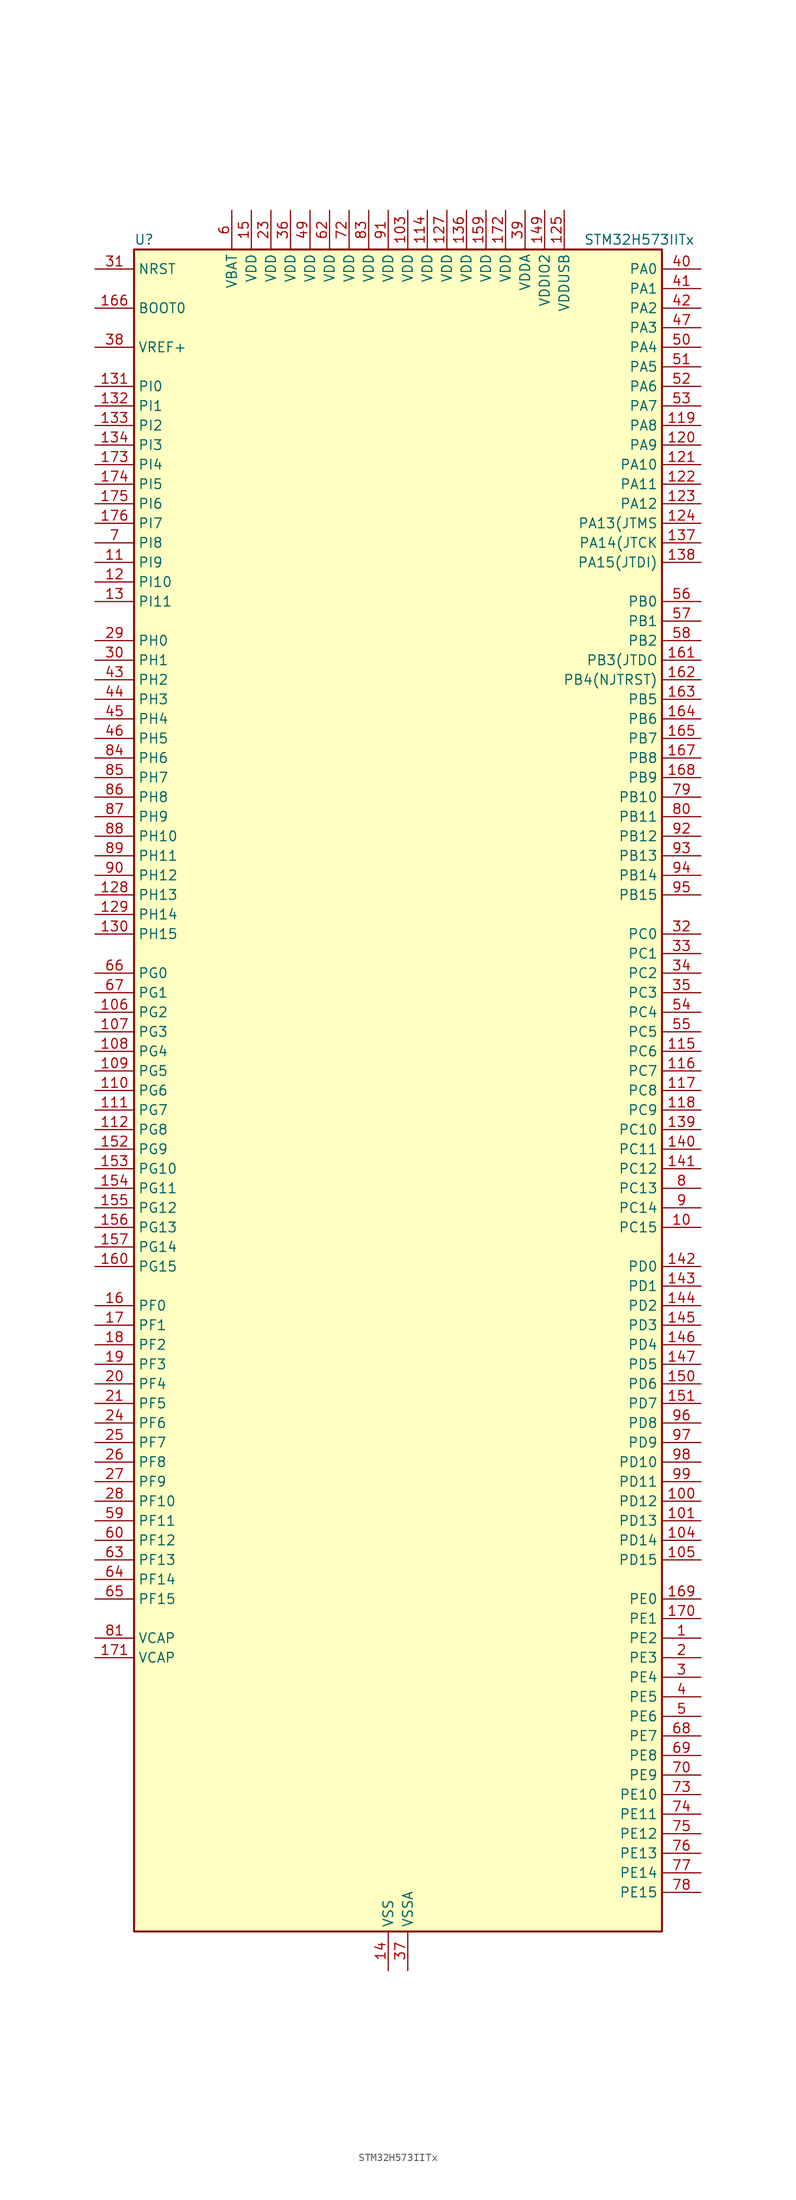
<source format=kicad_sym>
(kicad_symbol_lib
  (version 20231120)
  (generator "kicad_symbol_editor")
  (generator_version "8.0")
  (symbol "STM32H573IITx"
    (property "Reference" "U"
      (at -33.02 110.49 0)
      (effects (font (size 1.27 1.27)) (justify left)))
    (property "Value" "STM32H573IITx"
      (at 25.4 110.49 0)
      (effects (font (size 1.27 1.27)) (justify left)))
    (property "ki_locked" ""
      (at 0 0 0)
      (effects (font (size 1.27 1.27))))
    (symbol "STM32H573IITx_0_1"
      (rectangle (start -33.02 -109.22) (end 35.56 109.22) (stroke (width 0.254) (type default)) (fill (type background))))
    (symbol "STM32H573IITx_1_1"
      (pin bidirectional line (at 40.64 -71.12 180) (length 5.08) (name "PE2" (effects (font (size 1.27 1.27)))) (number "1" (effects (font (size 1.27 1.27)))) (alternate "DCMI_D3" bidirectional line) (alternate "DEBUG_TRACECLK" bidirectional line) (alternate "ETH_TXD3" bidirectional line) (alternate "FMC_A23" bidirectional line) (alternate "LPTIM1_IN2" bidirectional line) (alternate "OCTOSPI1_IO2" bidirectional line) (alternate "PSSI_D3" bidirectional line) (alternate "SAI1_CK1" bidirectional line) (alternate "SAI1_MCLK_A" bidirectional line) (alternate "SPI4_SCK" bidirectional line) (alternate "UART8_TX" bidirectional line) (alternate "USART10_RX" bidirectional line))
      (pin bidirectional line (at 40.64 -17.78 180) (length 5.08) (name "PC15" (effects (font (size 1.27 1.27)))) (number "10" (effects (font (size 1.27 1.27)))) (alternate "ADC1_EXTI15" bidirectional line) (alternate "ADC2_EXTI15" bidirectional line) (alternate "RCC_OSC32_OUT" bidirectional line))
      (pin bidirectional line (at 40.64 -53.34 180) (length 5.08) (name "PD12" (effects (font (size 1.27 1.27)))) (number "100" (effects (font (size 1.27 1.27)))) (alternate "DCMI_D12" bidirectional line) (alternate "FMC_A17" bidirectional line) (alternate "FMC_ALE" bidirectional line) (alternate "I2C4_SCL" bidirectional line) (alternate "I3C1_SCL" bidirectional line) (alternate "LPTIM1_IN1" bidirectional line) (alternate "LPTIM2_IN1" bidirectional line) (alternate "OCTOSPI1_IO1" bidirectional line) (alternate "PSSI_D12" bidirectional line) (alternate "SAI1_D1" bidirectional line) (alternate "SAI2_FS_A" bidirectional line) (alternate "TIM4_CH1" bidirectional line) (alternate "UART4_TX" bidirectional line) (alternate "USART3_RTS" bidirectional line))
      (pin bidirectional line (at 40.64 -55.88 180) (length 5.08) (name "PD13" (effects (font (size 1.27 1.27)))) (number "101" (effects (font (size 1.27 1.27)))) (alternate "DCMI_D13" bidirectional line) (alternate "FMC_A18" bidirectional line) (alternate "I2C4_SDA" bidirectional line) (alternate "I3C1_SDA" bidirectional line) (alternate "LPTIM1_CH1" bidirectional line) (alternate "LPTIM2_CH1" bidirectional line) (alternate "LPTIM4_IN1" bidirectional line) (alternate "OCTOSPI1_IO3" bidirectional line) (alternate "PSSI_D13" bidirectional line) (alternate "SAI2_SCK_A" bidirectional line) (alternate "TIM4_CH2" bidirectional line) (alternate "UART9_RTS" bidirectional line))
      (pin passive line (at 0 -114.3 90) (length 5.08) hide (name "VSS" (effects (font (size 1.27 1.27)))) (number "102" (effects (font (size 1.27 1.27)))))
      (pin power_in line (at 2.54 114.3 270) (length 5.08) (name "VDD" (effects (font (size 1.27 1.27)))) (number "103" (effects (font (size 1.27 1.27)))))
      (pin bidirectional line (at 40.64 -58.42 180) (length 5.08) (name "PD14" (effects (font (size 1.27 1.27)))) (number "104" (effects (font (size 1.27 1.27)))) (alternate "FMC_D0" bidirectional line) (alternate "FMC_DA0" bidirectional line) (alternate "TIM4_CH3" bidirectional line) (alternate "UART8_CTS" bidirectional line) (alternate "UART9_RX" bidirectional line))
      (pin bidirectional line (at 40.64 -60.96 180) (length 5.08) (name "PD15" (effects (font (size 1.27 1.27)))) (number "105" (effects (font (size 1.27 1.27)))) (alternate "ADC1_EXTI15" bidirectional line) (alternate "ADC2_EXTI15" bidirectional line) (alternate "FMC_D1" bidirectional line) (alternate "FMC_DA1" bidirectional line) (alternate "TIM4_CH4" bidirectional line) (alternate "UART8_RTS" bidirectional line) (alternate "UART9_TX" bidirectional line))
      (pin bidirectional line (at -38.1 10.16 0) (length 5.08) (name "PG2" (effects (font (size 1.27 1.27)))) (number "106" (effects (font (size 1.27 1.27)))) (alternate "FMC_A12" bidirectional line) (alternate "LPTIM6_ETR" bidirectional line) (alternate "TIM8_BKIN" bidirectional line) (alternate "UART12_RX" bidirectional line))
      (pin bidirectional line (at -38.1 7.62 0) (length 5.08) (name "PG3" (effects (font (size 1.27 1.27)))) (number "107" (effects (font (size 1.27 1.27)))) (alternate "FMC_A13" bidirectional line) (alternate "LPTIM5_ETR" bidirectional line) (alternate "TIM8_BKIN2" bidirectional line) (alternate "UART12_TX" bidirectional line))
      (pin bidirectional line (at -38.1 5.08 0) (length 5.08) (name "PG4" (effects (font (size 1.27 1.27)))) (number "108" (effects (font (size 1.27 1.27)))) (alternate "FMC_A14" bidirectional line) (alternate "FMC_BA0" bidirectional line) (alternate "LPTIM4_ETR" bidirectional line) (alternate "TIM1_BKIN2" bidirectional line))
      (pin bidirectional line (at -38.1 2.54 0) (length 5.08) (name "PG5" (effects (font (size 1.27 1.27)))) (number "109" (effects (font (size 1.27 1.27)))) (alternate "FMC_A15" bidirectional line) (alternate "FMC_BA1" bidirectional line) (alternate "TIM1_ETR" bidirectional line))
      (pin bidirectional line (at -38.1 68.58 0) (length 5.08) (name "PI9" (effects (font (size 1.27 1.27)))) (number "11" (effects (font (size 1.27 1.27)))) (alternate "DAC1_EXTI9" bidirectional line) (alternate "FDCAN1_RX" bidirectional line) (alternate "UART4_RX" bidirectional line))
      (pin bidirectional line (at -38.1 0 0) (length 5.08) (name "PG6" (effects (font (size 1.27 1.27)))) (number "110" (effects (font (size 1.27 1.27)))) (alternate "DCMI_D12" bidirectional line) (alternate "FMC_NE3" bidirectional line) (alternate "I2C4_SDA" bidirectional line) (alternate "I3C1_SDA" bidirectional line) (alternate "OCTOSPI1_NCS" bidirectional line) (alternate "PSSI_D12" bidirectional line) (alternate "SPI1_RDY" bidirectional line) (alternate "TIM17_BKIN" bidirectional line) (alternate "UCPD1_FRSTX" bidirectional line))
      (pin bidirectional line (at -38.1 -2.54 0) (length 5.08) (name "PG7" (effects (font (size 1.27 1.27)))) (number "111" (effects (font (size 1.27 1.27)))) (alternate "DCMI_D13" bidirectional line) (alternate "FMC_INT" bidirectional line) (alternate "I2C4_SCL" bidirectional line) (alternate "I3C1_SCL" bidirectional line) (alternate "PSSI_D13" bidirectional line) (alternate "SAI1_CK2" bidirectional line) (alternate "SAI1_MCLK_A" bidirectional line) (alternate "UCPD1_FRSTX" bidirectional line) (alternate "USART6_CK" bidirectional line))
      (pin bidirectional line (at -38.1 -5.08 0) (length 5.08) (name "PG8" (effects (font (size 1.27 1.27)))) (number "112" (effects (font (size 1.27 1.27)))) (alternate "ETH_PPS_OUT" bidirectional line) (alternate "FMC_SDCLK" bidirectional line) (alternate "SPI6_NSS" bidirectional line) (alternate "TIM8_ETR" bidirectional line) (alternate "USART6_RTS" bidirectional line))
      (pin passive line (at 0 -114.3 90) (length 5.08) hide (name "VSS" (effects (font (size 1.27 1.27)))) (number "113" (effects (font (size 1.27 1.27)))))
      (pin power_in line (at 5.08 114.3 270) (length 5.08) (name "VDD" (effects (font (size 1.27 1.27)))) (number "114" (effects (font (size 1.27 1.27)))))
      (pin bidirectional line (at 40.64 5.08 180) (length 5.08) (name "PC6" (effects (font (size 1.27 1.27)))) (number "115" (effects (font (size 1.27 1.27)))) (alternate "DCMI_D0" bidirectional line) (alternate "FMC_NWAIT" bidirectional line) (alternate "I2S2_MCK" bidirectional line) (alternate "OCTOSPI1_IO5" bidirectional line) (alternate "PSSI_D0" bidirectional line) (alternate "SAI1_SCK_A" bidirectional line) (alternate "SDMMC1_D0DIR" bidirectional line) (alternate "SDMMC1_D6" bidirectional line) (alternate "SDMMC2_D6" bidirectional line) (alternate "TIM3_CH1" bidirectional line) (alternate "TIM8_CH1" bidirectional line) (alternate "USART6_TX" bidirectional line))
      (pin bidirectional line (at 40.64 2.54 180) (length 5.08) (name "PC7" (effects (font (size 1.27 1.27)))) (number "116" (effects (font (size 1.27 1.27)))) (alternate "DCMI_D1" bidirectional line) (alternate "DEBUG_TRGIO" bidirectional line) (alternate "FMC_NE1" bidirectional line) (alternate "I2S3_MCK" bidirectional line) (alternate "OCTOSPI1_IO6" bidirectional line) (alternate "PSSI_D1" bidirectional line) (alternate "SDMMC1_D123DIR" bidirectional line) (alternate "SDMMC1_D7" bidirectional line) (alternate "SDMMC2_D7" bidirectional line) (alternate "TIM3_CH2" bidirectional line) (alternate "TIM8_CH2" bidirectional line) (alternate "USART6_RX" bidirectional line))
      (pin bidirectional line (at 40.64 0 180) (length 5.08) (name "PC8" (effects (font (size 1.27 1.27)))) (number "117" (effects (font (size 1.27 1.27)))) (alternate "DCMI_D2" bidirectional line) (alternate "DEBUG_TRACED1" bidirectional line) (alternate "FMC_ALE" bidirectional line) (alternate "FMC_INT" bidirectional line) (alternate "FMC_NCE" bidirectional line) (alternate "FMC_NE2" bidirectional line) (alternate "PSSI_D2" bidirectional line) (alternate "SDMMC1_D0" bidirectional line) (alternate "TIM3_CH3" bidirectional line) (alternate "TIM8_CH3" bidirectional line) (alternate "UART5_DE" bidirectional line) (alternate "UART5_RTS" bidirectional line) (alternate "USART6_CK" bidirectional line))
      (pin bidirectional line (at 40.64 -2.54 180) (length 5.08) (name "PC9" (effects (font (size 1.27 1.27)))) (number "118" (effects (font (size 1.27 1.27)))) (alternate "AUDIOCLK" bidirectional line) (alternate "DAC1_EXTI9" bidirectional line) (alternate "DCMI_D3" bidirectional line) (alternate "FMC_CLE" bidirectional line) (alternate "I2C3_SDA" bidirectional line) (alternate "OCTOSPI1_IO0" bidirectional line) (alternate "PSSI_D3" bidirectional line) (alternate "RCC_MCO_2" bidirectional line) (alternate "SDMMC1_D1" bidirectional line) (alternate "TIM3_CH4" bidirectional line) (alternate "TIM8_CH4" bidirectional line) (alternate "UART5_CTS" bidirectional line) (alternate "UCPD1_DB2" bidirectional line))
      (pin bidirectional line (at 40.64 86.36 180) (length 5.08) (name "PA8" (effects (font (size 1.27 1.27)))) (number "119" (effects (font (size 1.27 1.27)))) (alternate "DCMI_D3" bidirectional line) (alternate "FMC_NOE" bidirectional line) (alternate "I2C3_SCL" bidirectional line) (alternate "PSSI_D3" bidirectional line) (alternate "RCC_MCO_1" bidirectional line) (alternate "SPI1_RDY" bidirectional line) (alternate "TIM1_CH1" bidirectional line) (alternate "TIM8_BKIN2" bidirectional line) (alternate "UART7_RX" bidirectional line) (alternate "USART1_CK" bidirectional line) (alternate "USB_SOF" bidirectional line))
      (pin bidirectional line (at -38.1 66.04 0) (length 5.08) (name "PI10" (effects (font (size 1.27 1.27)))) (number "12" (effects (font (size 1.27 1.27)))) (alternate "ETH_RX_ER" bidirectional line) (alternate "FDCAN1_RX" bidirectional line) (alternate "PSSI_D14" bidirectional line))
      (pin bidirectional line (at 40.64 83.82 180) (length 5.08) (name "PA9" (effects (font (size 1.27 1.27)))) (number "120" (effects (font (size 1.27 1.27)))) (alternate "DAC1_EXTI9" bidirectional line) (alternate "DCMI_D0" bidirectional line) (alternate "ETH_TX_ER" bidirectional line) (alternate "FMC_NWE" bidirectional line) (alternate "I2C3_SMBA" bidirectional line) (alternate "I2S2_CK" bidirectional line) (alternate "LPUART1_TX" bidirectional line) (alternate "PSSI_D0" bidirectional line) (alternate "SPI2_SCK" bidirectional line) (alternate "TIM1_CH2" bidirectional line) (alternate "UCPD1_DB1" bidirectional line) (alternate "USART1_TX" bidirectional line))
      (pin bidirectional line (at 40.64 81.28 180) (length 5.08) (name "PA10" (effects (font (size 1.27 1.27)))) (number "121" (effects (font (size 1.27 1.27)))) (alternate "DCMI_D1" bidirectional line) (alternate "FDCAN2_TX" bidirectional line) (alternate "LPTIM2_IN2" bidirectional line) (alternate "LPUART1_RX" bidirectional line) (alternate "PSSI_D1" bidirectional line) (alternate "SDMMC1_D0" bidirectional line) (alternate "TIM1_CH3" bidirectional line) (alternate "UCPD1_FRSTX" bidirectional line) (alternate "USART1_RX" bidirectional line))
      (pin bidirectional line (at 40.64 78.74 180) (length 5.08) (name "PA11" (effects (font (size 1.27 1.27)))) (number "122" (effects (font (size 1.27 1.27)))) (alternate "ADC1_EXTI11" bidirectional line) (alternate "ADC2_EXTI11" bidirectional line) (alternate "FDCAN1_RX" bidirectional line) (alternate "I2S2_WS" bidirectional line) (alternate "LPUART1_CTS" bidirectional line) (alternate "SPI2_NSS" bidirectional line) (alternate "TIM1_CH4" bidirectional line) (alternate "UART4_RX" bidirectional line) (alternate "USART1_CTS" bidirectional line) (alternate "USART1_NSS" bidirectional line) (alternate "USB_DM" bidirectional line))
      (pin bidirectional line (at 40.64 76.2 180) (length 5.08) (name "PA12" (effects (font (size 1.27 1.27)))) (number "123" (effects (font (size 1.27 1.27)))) (alternate "FDCAN1_TX" bidirectional line) (alternate "I2S2_CK" bidirectional line) (alternate "LPUART1_RTS" bidirectional line) (alternate "SAI2_FS_B" bidirectional line) (alternate "SPI2_SCK" bidirectional line) (alternate "TIM1_ETR" bidirectional line) (alternate "UART4_TX" bidirectional line) (alternate "USART1_RTS" bidirectional line) (alternate "USB_DP" bidirectional line))
      (pin bidirectional line (at 40.64 73.66 180) (length 5.08) (name "PA13(JTMS" (effects (font (size 1.27 1.27)))) (number "124" (effects (font (size 1.27 1.27)))) (alternate "DEBUG_JTMS-SWDIO" bidirectional line))
      (pin power_in line (at 22.86 114.3 270) (length 5.08) (name "VDDUSB" (effects (font (size 1.27 1.27)))) (number "125" (effects (font (size 1.27 1.27)))))
      (pin passive line (at 0 -114.3 90) (length 5.08) hide (name "VSS" (effects (font (size 1.27 1.27)))) (number "126" (effects (font (size 1.27 1.27)))))
      (pin power_in line (at 7.62 114.3 270) (length 5.08) (name "VDD" (effects (font (size 1.27 1.27)))) (number "127" (effects (font (size 1.27 1.27)))))
      (pin bidirectional line (at -38.1 25.4 0) (length 5.08) (name "PH13" (effects (font (size 1.27 1.27)))) (number "128" (effects (font (size 1.27 1.27)))) (alternate "DCMI_D3" bidirectional line) (alternate "FDCAN1_TX" bidirectional line) (alternate "LPTIM1_IN2" bidirectional line) (alternate "PSSI_D3" bidirectional line) (alternate "TIM8_CH1N" bidirectional line) (alternate "UART4_TX" bidirectional line) (alternate "UART8_TX" bidirectional line))
      (pin bidirectional line (at -38.1 22.86 0) (length 5.08) (name "PH14" (effects (font (size 1.27 1.27)))) (number "129" (effects (font (size 1.27 1.27)))) (alternate "DCMI_D4" bidirectional line) (alternate "FDCAN1_RX" bidirectional line) (alternate "PSSI_D4" bidirectional line) (alternate "TIM8_CH2N" bidirectional line) (alternate "UART4_RX" bidirectional line))
      (pin bidirectional line (at -38.1 63.5 0) (length 5.08) (name "PI11" (effects (font (size 1.27 1.27)))) (number "13" (effects (font (size 1.27 1.27)))) (alternate "ADC1_EXTI11" bidirectional line) (alternate "ADC2_EXTI11" bidirectional line) (alternate "PSSI_D15" bidirectional line) (alternate "TAMP_IN4" bidirectional line) (alternate "TAMP_OUT5" bidirectional line))
      (pin bidirectional line (at -38.1 20.32 0) (length 5.08) (name "PH15" (effects (font (size 1.27 1.27)))) (number "130" (effects (font (size 1.27 1.27)))) (alternate "ADC1_EXTI15" bidirectional line) (alternate "ADC2_EXTI15" bidirectional line) (alternate "DCMI_D11" bidirectional line) (alternate "PSSI_D11" bidirectional line) (alternate "TIM8_CH3N" bidirectional line))
      (pin bidirectional line (at -38.1 91.44 0) (length 5.08) (name "PI0" (effects (font (size 1.27 1.27)))) (number "131" (effects (font (size 1.27 1.27)))) (alternate "DCMI_D13" bidirectional line) (alternate "I2S2_WS" bidirectional line) (alternate "PSSI_D13" bidirectional line) (alternate "SPI2_NSS" bidirectional line) (alternate "TIM5_CH4" bidirectional line))
      (pin bidirectional line (at -38.1 88.9 0) (length 5.08) (name "PI1" (effects (font (size 1.27 1.27)))) (number "132" (effects (font (size 1.27 1.27)))) (alternate "DCMI_D8" bidirectional line) (alternate "I2S2_CK" bidirectional line) (alternate "PSSI_D8" bidirectional line) (alternate "SPI2_SCK" bidirectional line) (alternate "TIM8_BKIN2" bidirectional line))
      (pin bidirectional line (at -38.1 86.36 0) (length 5.08) (name "PI2" (effects (font (size 1.27 1.27)))) (number "133" (effects (font (size 1.27 1.27)))) (alternate "DCMI_D9" bidirectional line) (alternate "I2S2_SDI" bidirectional line) (alternate "PSSI_D9" bidirectional line) (alternate "SPI2_MISO" bidirectional line) (alternate "TIM8_CH4" bidirectional line))
      (pin bidirectional line (at -38.1 83.82 0) (length 5.08) (name "PI3" (effects (font (size 1.27 1.27)))) (number "134" (effects (font (size 1.27 1.27)))) (alternate "DCMI_D10" bidirectional line) (alternate "I2S2_SDO" bidirectional line) (alternate "PSSI_D10" bidirectional line) (alternate "SPI2_MOSI" bidirectional line) (alternate "TIM8_ETR" bidirectional line))
      (pin passive line (at 0 -114.3 90) (length 5.08) hide (name "VSS" (effects (font (size 1.27 1.27)))) (number "135" (effects (font (size 1.27 1.27)))))
      (pin power_in line (at 10.16 114.3 270) (length 5.08) (name "VDD" (effects (font (size 1.27 1.27)))) (number "136" (effects (font (size 1.27 1.27)))))
      (pin bidirectional line (at 40.64 71.12 180) (length 5.08) (name "PA14(JTCK" (effects (font (size 1.27 1.27)))) (number "137" (effects (font (size 1.27 1.27)))) (alternate "DEBUG_JTCK-SWCLK" bidirectional line))
      (pin bidirectional line (at 40.64 68.58 180) (length 5.08) (name "PA15(JTDI)" (effects (font (size 1.27 1.27)))) (number "138" (effects (font (size 1.27 1.27)))) (alternate "ADC1_EXTI15" bidirectional line) (alternate "ADC2_EXTI15" bidirectional line) (alternate "CEC" bidirectional line) (alternate "DCMI_D11" bidirectional line) (alternate "DEBUG_JTDI" bidirectional line) (alternate "FMC_NBL1" bidirectional line) (alternate "I2S1_WS" bidirectional line) (alternate "I2S3_WS" bidirectional line) (alternate "LPTIM3_IN2" bidirectional line) (alternate "PSSI_D11" bidirectional line) (alternate "SPI1_NSS" bidirectional line) (alternate "SPI3_NSS" bidirectional line) (alternate "SPI6_NSS" bidirectional line) (alternate "TIM2_CH1" bidirectional line) (alternate "TIM2_ETR" bidirectional line) (alternate "UART4_DE" bidirectional line) (alternate "UART4_RTS" bidirectional line) (alternate "UART7_TX" bidirectional line))
      (pin bidirectional line (at 40.64 -5.08 180) (length 5.08) (name "PC10" (effects (font (size 1.27 1.27)))) (number "139" (effects (font (size 1.27 1.27)))) (alternate "DCMI_D8" bidirectional line) (alternate "ETH_TXD0" bidirectional line) (alternate "I2S3_CK" bidirectional line) (alternate "LPTIM3_ETR" bidirectional line) (alternate "OCTOSPI1_IO1" bidirectional line) (alternate "PSSI_D8" bidirectional line) (alternate "SDMMC1_D2" bidirectional line) (alternate "SPI3_SCK" bidirectional line) (alternate "UART4_TX" bidirectional line) (alternate "USART3_TX" bidirectional line))
      (pin power_in line (at 0 -114.3 90) (length 5.08) (name "VSS" (effects (font (size 1.27 1.27)))) (number "14" (effects (font (size 1.27 1.27)))))
      (pin bidirectional line (at 40.64 -7.62 180) (length 5.08) (name "PC11" (effects (font (size 1.27 1.27)))) (number "140" (effects (font (size 1.27 1.27)))) (alternate "ADC1_EXTI11" bidirectional line) (alternate "ADC2_EXTI11" bidirectional line) (alternate "DCMI_D4" bidirectional line) (alternate "I2S3_SDI" bidirectional line) (alternate "LPTIM3_IN1" bidirectional line) (alternate "OCTOSPI1_NCS" bidirectional line) (alternate "PSSI_D4" bidirectional line) (alternate "SDMMC1_D3" bidirectional line) (alternate "SPI3_MISO" bidirectional line) (alternate "UART4_RX" bidirectional line) (alternate "USART3_RX" bidirectional line))
      (pin bidirectional line (at 40.64 -10.16 180) (length 5.08) (name "PC12" (effects (font (size 1.27 1.27)))) (number "141" (effects (font (size 1.27 1.27)))) (alternate "DCMI_D9" bidirectional line) (alternate "DEBUG_TRACED3" bidirectional line) (alternate "I2S3_SDO" bidirectional line) (alternate "PSSI_D9" bidirectional line) (alternate "SDMMC1_CK" bidirectional line) (alternate "SPI3_MOSI" bidirectional line) (alternate "SPI6_SCK" bidirectional line) (alternate "TIM15_CH1" bidirectional line) (alternate "UART5_TX" bidirectional line) (alternate "USART3_CK" bidirectional line))
      (pin bidirectional line (at 40.64 -22.86 180) (length 5.08) (name "PD0" (effects (font (size 1.27 1.27)))) (number "142" (effects (font (size 1.27 1.27)))) (alternate "FDCAN1_RX" bidirectional line) (alternate "FMC_D2" bidirectional line) (alternate "FMC_DA2" bidirectional line) (alternate "TIM8_CH4N" bidirectional line) (alternate "UART4_RX" bidirectional line) (alternate "UART9_CTS" bidirectional line))
      (pin bidirectional line (at 40.64 -25.4 180) (length 5.08) (name "PD1" (effects (font (size 1.27 1.27)))) (number "143" (effects (font (size 1.27 1.27)))) (alternate "FDCAN1_TX" bidirectional line) (alternate "FMC_D3" bidirectional line) (alternate "FMC_DA3" bidirectional line) (alternate "UART4_TX" bidirectional line))
      (pin bidirectional line (at 40.64 -27.94 180) (length 5.08) (name "PD2" (effects (font (size 1.27 1.27)))) (number "144" (effects (font (size 1.27 1.27)))) (alternate "DCMI_D11" bidirectional line) (alternate "DEBUG_TRACED2" bidirectional line) (alternate "LPTIM4_ETR" bidirectional line) (alternate "PSSI_D11" bidirectional line) (alternate "PWR_WKUP7" bidirectional line) (alternate "SDMMC1_CMD" bidirectional line) (alternate "TIM15_BKIN" bidirectional line) (alternate "TIM3_ETR" bidirectional line) (alternate "UART5_RX" bidirectional line))
      (pin bidirectional line (at 40.64 -30.48 180) (length 5.08) (name "PD3" (effects (font (size 1.27 1.27)))) (number "145" (effects (font (size 1.27 1.27)))) (alternate "DCMI_D5" bidirectional line) (alternate "FMC_CLK" bidirectional line) (alternate "I2S2_CK" bidirectional line) (alternate "PSSI_D5" bidirectional line) (alternate "PWR_WKUP8" bidirectional line) (alternate "SPI2_SCK" bidirectional line) (alternate "USART2_CTS" bidirectional line) (alternate "USART2_NSS" bidirectional line))
      (pin bidirectional line (at 40.64 -33.02 180) (length 5.08) (name "PD4" (effects (font (size 1.27 1.27)))) (number "146" (effects (font (size 1.27 1.27)))) (alternate "FMC_NOE" bidirectional line) (alternate "OCTOSPI1_IO4" bidirectional line) (alternate "USART2_RTS" bidirectional line))
      (pin bidirectional line (at 40.64 -35.56 180) (length 5.08) (name "PD5" (effects (font (size 1.27 1.27)))) (number "147" (effects (font (size 1.27 1.27)))) (alternate "FDCAN1_TX" bidirectional line) (alternate "FMC_NWE" bidirectional line) (alternate "OCTOSPI1_IO5" bidirectional line) (alternate "SPI2_RDY" bidirectional line) (alternate "TIM1_CH4N" bidirectional line) (alternate "USART2_TX" bidirectional line))
      (pin passive line (at 0 -114.3 90) (length 5.08) hide (name "VSS" (effects (font (size 1.27 1.27)))) (number "148" (effects (font (size 1.27 1.27)))))
      (pin power_in line (at 20.32 114.3 270) (length 5.08) (name "VDDIO2" (effects (font (size 1.27 1.27)))) (number "149" (effects (font (size 1.27 1.27)))))
      (pin power_in line (at -17.78 114.3 270) (length 5.08) (name "VDD" (effects (font (size 1.27 1.27)))) (number "15" (effects (font (size 1.27 1.27)))))
      (pin bidirectional line (at 40.64 -38.1 180) (length 5.08) (name "PD6" (effects (font (size 1.27 1.27)))) (number "150" (effects (font (size 1.27 1.27)))) (alternate "DCMI_D10" bidirectional line) (alternate "FMC_NWAIT" bidirectional line) (alternate "I2S3_SDO" bidirectional line) (alternate "OCTOSPI1_IO6" bidirectional line) (alternate "PSSI_D10" bidirectional line) (alternate "SAI1_D1" bidirectional line) (alternate "SAI1_SD_A" bidirectional line) (alternate "SDMMC2_CK" bidirectional line) (alternate "SPI3_MOSI" bidirectional line) (alternate "USART2_RX" bidirectional line))
      (pin bidirectional line (at 40.64 -40.64 180) (length 5.08) (name "PD7" (effects (font (size 1.27 1.27)))) (number "151" (effects (font (size 1.27 1.27)))) (alternate "FMC_NCE" bidirectional line) (alternate "FMC_NE1" bidirectional line) (alternate "I2S1_SDO" bidirectional line) (alternate "LPTIM4_OUT" bidirectional line) (alternate "OCTOSPI1_IO7" bidirectional line) (alternate "SDMMC2_CMD" bidirectional line) (alternate "SPI1_MOSI" bidirectional line) (alternate "USART2_CK" bidirectional line))
      (pin bidirectional line (at -38.1 -7.62 0) (length 5.08) (name "PG9" (effects (font (size 1.27 1.27)))) (number "152" (effects (font (size 1.27 1.27)))) (alternate "DAC1_EXTI9" bidirectional line) (alternate "DCMI_VSYNC" bidirectional line) (alternate "FMC_NCE" bidirectional line) (alternate "FMC_NE2" bidirectional line) (alternate "I2S1_SDI" bidirectional line) (alternate "OCTOSPI1_IO6" bidirectional line) (alternate "PSSI_RDY" bidirectional line) (alternate "SAI2_FS_B" bidirectional line) (alternate "SDMMC2_D0" bidirectional line) (alternate "SPI1_MISO" bidirectional line) (alternate "USART6_RX" bidirectional line))
      (pin bidirectional line (at -38.1 -10.16 0) (length 5.08) (name "PG10" (effects (font (size 1.27 1.27)))) (number "153" (effects (font (size 1.27 1.27)))) (alternate "DCMI_D2" bidirectional line) (alternate "FMC_NE3" bidirectional line) (alternate "I2S1_WS" bidirectional line) (alternate "PSSI_D2" bidirectional line) (alternate "SAI2_SD_B" bidirectional line) (alternate "SDMMC2_D1" bidirectional line) (alternate "SPI1_NSS" bidirectional line))
      (pin bidirectional line (at -38.1 -12.7 0) (length 5.08) (name "PG11" (effects (font (size 1.27 1.27)))) (number "154" (effects (font (size 1.27 1.27)))) (alternate "ADC1_EXTI11" bidirectional line) (alternate "ADC2_EXTI11" bidirectional line) (alternate "DCMI_D3" bidirectional line) (alternate "ETH_TX_EN" bidirectional line) (alternate "I2S1_CK" bidirectional line) (alternate "LPTIM1_IN2" bidirectional line) (alternate "PSSI_D3" bidirectional line) (alternate "SDMMC2_D2" bidirectional line) (alternate "SPI1_SCK" bidirectional line) (alternate "USART10_RX" bidirectional line) (alternate "USART11_RTS" bidirectional line))
      (pin bidirectional line (at -38.1 -15.24 0) (length 5.08) (name "PG12" (effects (font (size 1.27 1.27)))) (number "155" (effects (font (size 1.27 1.27)))) (alternate "DCMI_D11" bidirectional line) (alternate "ETH_TXD1" bidirectional line) (alternate "FMC_NE4" bidirectional line) (alternate "LPTIM1_IN1" bidirectional line) (alternate "LPTIM5_CH1" bidirectional line) (alternate "PSSI_D11" bidirectional line) (alternate "PSSI_D15" bidirectional line) (alternate "SDMMC2_D3" bidirectional line) (alternate "SPI6_MISO" bidirectional line) (alternate "USART10_TX" bidirectional line) (alternate "USART6_RTS" bidirectional line))
      (pin bidirectional line (at -38.1 -17.78 0) (length 5.08) (name "PG13" (effects (font (size 1.27 1.27)))) (number "156" (effects (font (size 1.27 1.27)))) (alternate "DEBUG_TRACED0" bidirectional line) (alternate "ETH_TXD0" bidirectional line) (alternate "FMC_A24" bidirectional line) (alternate "LPTIM1_CH1" bidirectional line) (alternate "LPTIM5_CH2" bidirectional line) (alternate "SDMMC2_D6" bidirectional line) (alternate "SPI6_SCK" bidirectional line) (alternate "USART10_CTS" bidirectional line) (alternate "USART10_NSS" bidirectional line) (alternate "USART6_CTS" bidirectional line) (alternate "USART6_NSS" bidirectional line))
      (pin bidirectional line (at -38.1 -20.32 0) (length 5.08) (name "PG14" (effects (font (size 1.27 1.27)))) (number "157" (effects (font (size 1.27 1.27)))) (alternate "DEBUG_TRACED1" bidirectional line) (alternate "ETH_TXD1" bidirectional line) (alternate "FMC_A25" bidirectional line) (alternate "LPTIM1_CH2" bidirectional line) (alternate "LPTIM1_ETR" bidirectional line) (alternate "LPTIM5_IN1" bidirectional line) (alternate "OCTOSPI1_IO7" bidirectional line) (alternate "SDMMC2_D7" bidirectional line) (alternate "SPI6_MOSI" bidirectional line) (alternate "USART10_RTS" bidirectional line) (alternate "USART6_TX" bidirectional line))
      (pin passive line (at 0 -114.3 90) (length 5.08) hide (name "VSS" (effects (font (size 1.27 1.27)))) (number "158" (effects (font (size 1.27 1.27)))))
      (pin power_in line (at 12.7 114.3 270) (length 5.08) (name "VDD" (effects (font (size 1.27 1.27)))) (number "159" (effects (font (size 1.27 1.27)))))
      (pin bidirectional line (at -38.1 -27.94 0) (length 5.08) (name "PF0" (effects (font (size 1.27 1.27)))) (number "16" (effects (font (size 1.27 1.27)))) (alternate "FMC_A0" bidirectional line) (alternate "I2C2_SDA" bidirectional line) (alternate "LPTIM5_CH1" bidirectional line))
      (pin bidirectional line (at -38.1 -22.86 0) (length 5.08) (name "PG15" (effects (font (size 1.27 1.27)))) (number "160" (effects (font (size 1.27 1.27)))) (alternate "ADC1_EXTI15" bidirectional line) (alternate "ADC2_EXTI15" bidirectional line) (alternate "DCMI_D13" bidirectional line) (alternate "FMC_SDNCAS" bidirectional line) (alternate "PSSI_D13" bidirectional line) (alternate "SPI4_RDY" bidirectional line) (alternate "USART10_CK" bidirectional line) (alternate "USART6_CTS" bidirectional line) (alternate "USART6_NSS" bidirectional line))
      (pin bidirectional line (at 40.64 55.88 180) (length 5.08) (name "PB3(JTDO" (effects (font (size 1.27 1.27)))) (number "161" (effects (font (size 1.27 1.27)))) (alternate "CRS_SYNC" bidirectional line) (alternate "DEBUG_JTDO-SWO" bidirectional line) (alternate "I2C2_SDA" bidirectional line) (alternate "I2S1_CK" bidirectional line) (alternate "I2S3_CK" bidirectional line) (alternate "LPTIM6_ETR" bidirectional line) (alternate "SDMMC2_D2" bidirectional line) (alternate "SPI1_SCK" bidirectional line) (alternate "SPI3_SCK" bidirectional line) (alternate "SPI6_SCK" bidirectional line) (alternate "TIM2_CH2" bidirectional line) (alternate "UART12_CTS" bidirectional line) (alternate "UART7_RX" bidirectional line))
      (pin bidirectional line (at 40.64 53.34 180) (length 5.08) (name "PB4(NJTRST)" (effects (font (size 1.27 1.27)))) (number "162" (effects (font (size 1.27 1.27)))) (alternate "DCMI_D7" bidirectional line) (alternate "DEBUG_JTRST" bidirectional line) (alternate "I2S1_SDI" bidirectional line) (alternate "I2S2_WS" bidirectional line) (alternate "I2S3_SDI" bidirectional line) (alternate "LPTIM1_CH2" bidirectional line) (alternate "OCTOSPI1_CLK" bidirectional line) (alternate "PSSI_D7" bidirectional line) (alternate "SDMMC2_D3" bidirectional line) (alternate "SPI1_MISO" bidirectional line) (alternate "SPI2_NSS" bidirectional line) (alternate "SPI3_MISO" bidirectional line) (alternate "SPI6_MISO" bidirectional line) (alternate "TIM16_BKIN" bidirectional line) (alternate "TIM3_CH1" bidirectional line) (alternate "UART7_TX" bidirectional line))
      (pin bidirectional line (at 40.64 50.8 180) (length 5.08) (name "PB5" (effects (font (size 1.27 1.27)))) (number "163" (effects (font (size 1.27 1.27)))) (alternate "DCMI_D10" bidirectional line) (alternate "ETH_PPS_OUT" bidirectional line) (alternate "FDCAN2_RX" bidirectional line) (alternate "FMC_SDCKE1" bidirectional line) (alternate "I2C1_SMBA" bidirectional line) (alternate "I2C4_SMBA" bidirectional line) (alternate "I2S1_SDO" bidirectional line) (alternate "I2S3_SDO" bidirectional line) (alternate "OCTOSPI1_NCLK" bidirectional line) (alternate "PSSI_D10" bidirectional line) (alternate "SPI1_MOSI" bidirectional line) (alternate "SPI3_MOSI" bidirectional line) (alternate "SPI6_MOSI" bidirectional line) (alternate "TIM17_BKIN" bidirectional line) (alternate "TIM3_CH2" bidirectional line) (alternate "UART5_RX" bidirectional line))
      (pin bidirectional line (at 40.64 48.26 180) (length 5.08) (name "PB6" (effects (font (size 1.27 1.27)))) (number "164" (effects (font (size 1.27 1.27)))) (alternate "CEC" bidirectional line) (alternate "DCMI_D5" bidirectional line) (alternate "FDCAN2_TX" bidirectional line) (alternate "FMC_SDNE1" bidirectional line) (alternate "I2C1_SCL" bidirectional line) (alternate "I2C4_SCL" bidirectional line) (alternate "I3C1_SCL" bidirectional line) (alternate "LPUART1_TX" bidirectional line) (alternate "OCTOSPI1_NCS" bidirectional line) (alternate "PSSI_D5" bidirectional line) (alternate "TIM16_CH1N" bidirectional line) (alternate "TIM4_CH1" bidirectional line) (alternate "UART5_TX" bidirectional line) (alternate "USART1_TX" bidirectional line))
      (pin bidirectional line (at 40.64 45.72 180) (length 5.08) (name "PB7" (effects (font (size 1.27 1.27)))) (number "165" (effects (font (size 1.27 1.27)))) (alternate "DCMI_VSYNC" bidirectional line) (alternate "FDCAN1_TX" bidirectional line) (alternate "FMC_NL" bidirectional line) (alternate "I2C1_SDA" bidirectional line) (alternate "I2C4_SDA" bidirectional line) (alternate "I3C1_SDA" bidirectional line) (alternate "LPUART1_RX" bidirectional line) (alternate "PSSI_RDY" bidirectional line) (alternate "PWR_WKUP5" bidirectional line) (alternate "SDMMC2_CKIN" bidirectional line) (alternate "SDMMC2_D5" bidirectional line) (alternate "TIM17_CH1N" bidirectional line) (alternate "TIM4_CH2" bidirectional line) (alternate "USART1_RX" bidirectional line))
      (pin input line (at -38.1 101.6 0) (length 5.08) (name "BOOT0" (effects (font (size 1.27 1.27)))) (number "166" (effects (font (size 1.27 1.27)))))
      (pin bidirectional line (at 40.64 43.18 180) (length 5.08) (name "PB8" (effects (font (size 1.27 1.27)))) (number "167" (effects (font (size 1.27 1.27)))) (alternate "DCMI_D6" bidirectional line) (alternate "ETH_TXD3" bidirectional line) (alternate "FDCAN1_RX" bidirectional line) (alternate "I2C1_SCL" bidirectional line) (alternate "I2C4_SCL" bidirectional line) (alternate "I3C1_SCL" bidirectional line) (alternate "PSSI_D6" bidirectional line) (alternate "SDMMC1_CKIN" bidirectional line) (alternate "SDMMC1_D4" bidirectional line) (alternate "SDMMC2_D4" bidirectional line) (alternate "SPI4_RDY" bidirectional line) (alternate "TIM16_CH1" bidirectional line) (alternate "TIM4_CH3" bidirectional line) (alternate "UART4_RX" bidirectional line))
      (pin bidirectional line (at 40.64 40.64 180) (length 5.08) (name "PB9" (effects (font (size 1.27 1.27)))) (number "168" (effects (font (size 1.27 1.27)))) (alternate "DAC1_EXTI9" bidirectional line) (alternate "DCMI_D7" bidirectional line) (alternate "FDCAN1_TX" bidirectional line) (alternate "I2C1_SDA" bidirectional line) (alternate "I2C4_SDA" bidirectional line) (alternate "I2S2_WS" bidirectional line) (alternate "I3C1_SDA" bidirectional line) (alternate "PSSI_D7" bidirectional line) (alternate "SDMMC1_CDIR" bidirectional line) (alternate "SDMMC1_D5" bidirectional line) (alternate "SDMMC2_CKIN" bidirectional line) (alternate "SDMMC2_D5" bidirectional line) (alternate "SPI2_NSS" bidirectional line) (alternate "TIM17_CH1" bidirectional line) (alternate "TIM4_CH4" bidirectional line) (alternate "UART4_TX" bidirectional line))
      (pin bidirectional line (at 40.64 -66.04 180) (length 5.08) (name "PE0" (effects (font (size 1.27 1.27)))) (number "169" (effects (font (size 1.27 1.27)))) (alternate "DCMI_D2" bidirectional line) (alternate "FDCAN1_RX" bidirectional line) (alternate "FMC_NBL0" bidirectional line) (alternate "LPTIM1_ETR" bidirectional line) (alternate "LPTIM2_CH2" bidirectional line) (alternate "LPTIM2_ETR" bidirectional line) (alternate "PSSI_D2" bidirectional line) (alternate "SAI2_MCLK_A" bidirectional line) (alternate "SPI3_RDY" bidirectional line) (alternate "TIM4_ETR" bidirectional line) (alternate "UART8_RX" bidirectional line))
      (pin bidirectional line (at -38.1 -30.48 0) (length 5.08) (name "PF1" (effects (font (size 1.27 1.27)))) (number "17" (effects (font (size 1.27 1.27)))) (alternate "FMC_A1" bidirectional line) (alternate "I2C2_SCL" bidirectional line) (alternate "LPTIM5_CH2" bidirectional line))
      (pin bidirectional line (at 40.64 -68.58 180) (length 5.08) (name "PE1" (effects (font (size 1.27 1.27)))) (number "170" (effects (font (size 1.27 1.27)))) (alternate "DCMI_D3" bidirectional line) (alternate "FDCAN1_TX" bidirectional line) (alternate "FMC_NBL1" bidirectional line) (alternate "LPTIM1_IN2" bidirectional line) (alternate "PSSI_D3" bidirectional line) (alternate "UART8_TX" bidirectional line))
      (pin power_out line (at -38.1 -73.66 0) (length 5.08) (name "VCAP" (effects (font (size 1.27 1.27)))) (number "171" (effects (font (size 1.27 1.27)))))
      (pin power_in line (at 15.24 114.3 270) (length 5.08) (name "VDD" (effects (font (size 1.27 1.27)))) (number "172" (effects (font (size 1.27 1.27)))))
      (pin bidirectional line (at -38.1 81.28 0) (length 5.08) (name "PI4" (effects (font (size 1.27 1.27)))) (number "173" (effects (font (size 1.27 1.27)))) (alternate "DCMI_D5" bidirectional line) (alternate "PSSI_D5" bidirectional line) (alternate "SAI2_MCLK_A" bidirectional line) (alternate "SPI2_RDY" bidirectional line) (alternate "TIM8_BKIN" bidirectional line))
      (pin bidirectional line (at -38.1 78.74 0) (length 5.08) (name "PI5" (effects (font (size 1.27 1.27)))) (number "174" (effects (font (size 1.27 1.27)))) (alternate "DCMI_VSYNC" bidirectional line) (alternate "PSSI_RDY" bidirectional line) (alternate "SAI2_SCK_A" bidirectional line) (alternate "TIM8_CH1" bidirectional line))
      (pin bidirectional line (at -38.1 76.2 0) (length 5.08) (name "PI6" (effects (font (size 1.27 1.27)))) (number "175" (effects (font (size 1.27 1.27)))) (alternate "DCMI_D6" bidirectional line) (alternate "PSSI_D6" bidirectional line) (alternate "SAI2_SD_A" bidirectional line) (alternate "TIM8_CH2" bidirectional line))
      (pin bidirectional line (at -38.1 73.66 0) (length 5.08) (name "PI7" (effects (font (size 1.27 1.27)))) (number "176" (effects (font (size 1.27 1.27)))) (alternate "DCMI_D7" bidirectional line) (alternate "PSSI_D7" bidirectional line) (alternate "SAI2_FS_A" bidirectional line) (alternate "TIM8_CH3" bidirectional line))
      (pin bidirectional line (at -38.1 -33.02 0) (length 5.08) (name "PF2" (effects (font (size 1.27 1.27)))) (number "18" (effects (font (size 1.27 1.27)))) (alternate "FMC_A2" bidirectional line) (alternate "I2C2_SMBA" bidirectional line) (alternate "LPTIM3_CH2" bidirectional line) (alternate "LPTIM3_IN2" bidirectional line) (alternate "LPTIM5_IN1" bidirectional line) (alternate "UART12_TX" bidirectional line) (alternate "USART11_CK" bidirectional line))
      (pin bidirectional line (at -38.1 -35.56 0) (length 5.08) (name "PF3" (effects (font (size 1.27 1.27)))) (number "19" (effects (font (size 1.27 1.27)))) (alternate "FMC_A3" bidirectional line) (alternate "LPTIM3_IN1" bidirectional line) (alternate "LPTIM5_IN2" bidirectional line) (alternate "USART11_TX" bidirectional line))
      (pin bidirectional line (at 40.64 -73.66 180) (length 5.08) (name "PE3" (effects (font (size 1.27 1.27)))) (number "2" (effects (font (size 1.27 1.27)))) (alternate "DEBUG_TRACED0" bidirectional line) (alternate "FMC_A19" bidirectional line) (alternate "SAI1_SD_B" bidirectional line) (alternate "TAMP_IN6" bidirectional line) (alternate "TAMP_OUT3" bidirectional line) (alternate "TIM15_BKIN" bidirectional line) (alternate "USART10_TX" bidirectional line))
      (pin bidirectional line (at -38.1 -38.1 0) (length 5.08) (name "PF4" (effects (font (size 1.27 1.27)))) (number "20" (effects (font (size 1.27 1.27)))) (alternate "FMC_A4" bidirectional line) (alternate "LPTIM3_ETR" bidirectional line) (alternate "USART11_RX" bidirectional line))
      (pin bidirectional line (at -38.1 -40.64 0) (length 5.08) (name "PF5" (effects (font (size 1.27 1.27)))) (number "21" (effects (font (size 1.27 1.27)))) (alternate "FMC_A5" bidirectional line) (alternate "I2C4_SCL" bidirectional line) (alternate "I3C1_SCL" bidirectional line) (alternate "LPTIM3_CH1" bidirectional line) (alternate "LPTIM3_IN1" bidirectional line) (alternate "UART12_RX" bidirectional line) (alternate "USART11_CTS" bidirectional line) (alternate "USART11_NSS" bidirectional line))
      (pin passive line (at 0 -114.3 90) (length 5.08) hide (name "VSS" (effects (font (size 1.27 1.27)))) (number "22" (effects (font (size 1.27 1.27)))))
      (pin power_in line (at -15.24 114.3 270) (length 5.08) (name "VDD" (effects (font (size 1.27 1.27)))) (number "23" (effects (font (size 1.27 1.27)))))
      (pin bidirectional line (at -38.1 -43.18 0) (length 5.08) (name "PF6" (effects (font (size 1.27 1.27)))) (number "24" (effects (font (size 1.27 1.27)))) (alternate "LPTIM5_CH1" bidirectional line) (alternate "OCTOSPI1_IO3" bidirectional line) (alternate "SAI1_SD_B" bidirectional line) (alternate "SPI5_NSS" bidirectional line) (alternate "TIM16_CH1" bidirectional line) (alternate "UART7_RX" bidirectional line))
      (pin bidirectional line (at -38.1 -45.72 0) (length 5.08) (name "PF7" (effects (font (size 1.27 1.27)))) (number "25" (effects (font (size 1.27 1.27)))) (alternate "LPTIM5_CH2" bidirectional line) (alternate "OCTOSPI1_IO2" bidirectional line) (alternate "SAI1_MCLK_B" bidirectional line) (alternate "SPI5_SCK" bidirectional line) (alternate "TIM17_CH1" bidirectional line) (alternate "UART7_TX" bidirectional line))
      (pin bidirectional line (at -38.1 -48.26 0) (length 5.08) (name "PF8" (effects (font (size 1.27 1.27)))) (number "26" (effects (font (size 1.27 1.27)))) (alternate "LPTIM5_IN1" bidirectional line) (alternate "OCTOSPI1_IO0" bidirectional line) (alternate "SAI1_SCK_B" bidirectional line) (alternate "SPI5_MISO" bidirectional line) (alternate "TIM13_CH1" bidirectional line) (alternate "TIM16_CH1N" bidirectional line) (alternate "UART7_RTS" bidirectional line))
      (pin bidirectional line (at -38.1 -50.8 0) (length 5.08) (name "PF9" (effects (font (size 1.27 1.27)))) (number "27" (effects (font (size 1.27 1.27)))) (alternate "DAC1_EXTI9" bidirectional line) (alternate "LPTIM5_IN2" bidirectional line) (alternate "OCTOSPI1_IO1" bidirectional line) (alternate "SAI1_FS_B" bidirectional line) (alternate "SPI5_MOSI" bidirectional line) (alternate "TIM14_CH1" bidirectional line) (alternate "TIM17_CH1N" bidirectional line) (alternate "UART7_CTS" bidirectional line))
      (pin bidirectional line (at -38.1 -53.34 0) (length 5.08) (name "PF10" (effects (font (size 1.27 1.27)))) (number "28" (effects (font (size 1.27 1.27)))) (alternate "DCMI_D11" bidirectional line) (alternate "OCTOSPI1_CLK" bidirectional line) (alternate "PSSI_D11" bidirectional line) (alternate "PSSI_D15" bidirectional line) (alternate "SAI1_D3" bidirectional line) (alternate "TIM16_BKIN" bidirectional line))
      (pin bidirectional line (at -38.1 58.42 0) (length 5.08) (name "PH0" (effects (font (size 1.27 1.27)))) (number "29" (effects (font (size 1.27 1.27)))) (alternate "RCC_OSC_IN" bidirectional line))
      (pin bidirectional line (at 40.64 -76.2 180) (length 5.08) (name "PE4" (effects (font (size 1.27 1.27)))) (number "3" (effects (font (size 1.27 1.27)))) (alternate "DCMI_D4" bidirectional line) (alternate "DEBUG_TRACED1" bidirectional line) (alternate "FMC_A20" bidirectional line) (alternate "PSSI_D4" bidirectional line) (alternate "SAI1_D2" bidirectional line) (alternate "SAI1_FS_A" bidirectional line) (alternate "SPI4_NSS" bidirectional line) (alternate "TAMP_IN7" bidirectional line) (alternate "TAMP_OUT8" bidirectional line) (alternate "TIM15_CH1N" bidirectional line))
      (pin bidirectional line (at -38.1 55.88 0) (length 5.08) (name "PH1" (effects (font (size 1.27 1.27)))) (number "30" (effects (font (size 1.27 1.27)))) (alternate "RCC_OSC_OUT" bidirectional line))
      (pin input line (at -38.1 106.68 0) (length 5.08) (name "NRST" (effects (font (size 1.27 1.27)))) (number "31" (effects (font (size 1.27 1.27)))))
      (pin bidirectional line (at 40.64 20.32 180) (length 5.08) (name "PC0" (effects (font (size 1.27 1.27)))) (number "32" (effects (font (size 1.27 1.27)))) (alternate "ADC1_INP10" bidirectional line) (alternate "ADC2_INP10" bidirectional line) (alternate "FMC_A25" bidirectional line) (alternate "FMC_SDNWE" bidirectional line) (alternate "OCTOSPI1_IO7" bidirectional line) (alternate "SAI1_MCLK_A" bidirectional line) (alternate "SAI2_FS_B" bidirectional line) (alternate "SPI2_RDY" bidirectional line) (alternate "TIM16_BKIN" bidirectional line))
      (pin bidirectional line (at 40.64 17.78 180) (length 5.08) (name "PC1" (effects (font (size 1.27 1.27)))) (number "33" (effects (font (size 1.27 1.27)))) (alternate "ADC1_INN10" bidirectional line) (alternate "ADC1_INP11" bidirectional line) (alternate "ADC2_INN10" bidirectional line) (alternate "ADC2_INP11" bidirectional line) (alternate "DEBUG_TRACED0" bidirectional line) (alternate "ETH_MDC" bidirectional line) (alternate "I2S2_SDO" bidirectional line) (alternate "OCTOSPI1_IO4" bidirectional line) (alternate "PWR_WKUP6" bidirectional line) (alternate "SAI1_D1" bidirectional line) (alternate "SAI1_SD_A" bidirectional line) (alternate "SAI2_SD_A" bidirectional line) (alternate "SDMMC2_CK" bidirectional line) (alternate "SPI2_MOSI" bidirectional line) (alternate "TAMP_IN3" bidirectional line) (alternate "TAMP_OUT5" bidirectional line) (alternate "USART11_RTS" bidirectional line))
      (pin bidirectional line (at 40.64 15.24 180) (length 5.08) (name "PC2" (effects (font (size 1.27 1.27)))) (number "34" (effects (font (size 1.27 1.27)))) (alternate "ADC1_INN11" bidirectional line) (alternate "ADC1_INP12" bidirectional line) (alternate "ADC2_INN11" bidirectional line) (alternate "ADC2_INP12" bidirectional line) (alternate "ETH_TXD2" bidirectional line) (alternate "FMC_SDNE0" bidirectional line) (alternate "I2S2_SDI" bidirectional line) (alternate "OCTOSPI1_IO2" bidirectional line) (alternate "OCTOSPI1_IO5" bidirectional line) (alternate "PWR_CSLEEP" bidirectional line) (alternate "SPI2_MISO" bidirectional line) (alternate "TIM17_CH1" bidirectional line) (alternate "TIM4_CH4" bidirectional line))
      (pin bidirectional line (at 40.64 12.7 180) (length 5.08) (name "PC3" (effects (font (size 1.27 1.27)))) (number "35" (effects (font (size 1.27 1.27)))) (alternate "ADC1_INN12" bidirectional line) (alternate "ADC1_INP13" bidirectional line) (alternate "ADC2_INN12" bidirectional line) (alternate "ADC2_INP13" bidirectional line) (alternate "ETH_TX_CLK" bidirectional line) (alternate "FMC_SDCKE0" bidirectional line) (alternate "I2S2_SDO" bidirectional line) (alternate "LPTIM3_CH1" bidirectional line) (alternate "OCTOSPI1_IO0" bidirectional line) (alternate "OCTOSPI1_IO6" bidirectional line) (alternate "PWR_CSTOP" bidirectional line) (alternate "SAI1_D3" bidirectional line) (alternate "SPI2_MOSI" bidirectional line))
      (pin power_in line (at -12.7 114.3 270) (length 5.08) (name "VDD" (effects (font (size 1.27 1.27)))) (number "36" (effects (font (size 1.27 1.27)))))
      (pin power_in line (at 2.54 -114.3 90) (length 5.08) (name "VSSA" (effects (font (size 1.27 1.27)))) (number "37" (effects (font (size 1.27 1.27)))))
      (pin input line (at -38.1 96.52 0) (length 5.08) (name "VREF+" (effects (font (size 1.27 1.27)))) (number "38" (effects (font (size 1.27 1.27)))))
      (pin power_in line (at 17.78 114.3 270) (length 5.08) (name "VDDA" (effects (font (size 1.27 1.27)))) (number "39" (effects (font (size 1.27 1.27)))))
      (pin bidirectional line (at 40.64 -78.74 180) (length 5.08) (name "PE5" (effects (font (size 1.27 1.27)))) (number "4" (effects (font (size 1.27 1.27)))) (alternate "DCMI_D6" bidirectional line) (alternate "DEBUG_TRACED2" bidirectional line) (alternate "FMC_A21" bidirectional line) (alternate "PSSI_D6" bidirectional line) (alternate "SAI1_CK2" bidirectional line) (alternate "SAI1_SCK_A" bidirectional line) (alternate "SPI4_MISO" bidirectional line) (alternate "TAMP_IN8" bidirectional line) (alternate "TAMP_OUT7" bidirectional line) (alternate "TIM15_CH1" bidirectional line))
      (pin bidirectional line (at 40.64 106.68 180) (length 5.08) (name "PA0" (effects (font (size 1.27 1.27)))) (number "40" (effects (font (size 1.27 1.27)))) (alternate "ADC1_INN1" bidirectional line) (alternate "ADC1_INP0" bidirectional line) (alternate "ADC2_INN1" bidirectional line) (alternate "ADC2_INP0" bidirectional line) (alternate "ETH_CRS" bidirectional line) (alternate "PWR_WKUP1" bidirectional line) (alternate "SAI2_SD_B" bidirectional line) (alternate "SDMMC2_CMD" bidirectional line) (alternate "SPI3_RDY" bidirectional line) (alternate "SPI6_NSS" bidirectional line) (alternate "TAMP_IN2" bidirectional line) (alternate "TAMP_OUT1" bidirectional line) (alternate "TIM15_BKIN" bidirectional line) (alternate "TIM2_CH1" bidirectional line) (alternate "TIM2_ETR" bidirectional line) (alternate "TIM5_CH1" bidirectional line) (alternate "TIM8_ETR" bidirectional line) (alternate "UART4_TX" bidirectional line) (alternate "USART2_CTS" bidirectional line) (alternate "USART2_NSS" bidirectional line))
      (pin bidirectional line (at 40.64 104.14 180) (length 5.08) (name "PA1" (effects (font (size 1.27 1.27)))) (number "41" (effects (font (size 1.27 1.27)))) (alternate "ADC1_INP1" bidirectional line) (alternate "ADC2_INP1" bidirectional line) (alternate "ETH_REF_CLK" bidirectional line) (alternate "ETH_RX_CLK" bidirectional line) (alternate "LPTIM1_IN1" bidirectional line) (alternate "OCTOSPI1_DQS" bidirectional line) (alternate "OCTOSPI1_IO3" bidirectional line) (alternate "SAI2_MCLK_B" bidirectional line) (alternate "TAMP_IN5" bidirectional line) (alternate "TAMP_OUT4" bidirectional line) (alternate "TIM15_CH1N" bidirectional line) (alternate "TIM2_CH2" bidirectional line) (alternate "TIM5_CH2" bidirectional line) (alternate "UART4_RX" bidirectional line) (alternate "USART2_RTS" bidirectional line))
      (pin bidirectional line (at 40.64 101.6 180) (length 5.08) (name "PA2" (effects (font (size 1.27 1.27)))) (number "42" (effects (font (size 1.27 1.27)))) (alternate "ADC1_INP14" bidirectional line) (alternate "ADC2_INP14" bidirectional line) (alternate "ETH_MDIO" bidirectional line) (alternate "LPTIM1_IN2" bidirectional line) (alternate "PWR_WKUP2" bidirectional line) (alternate "SAI2_SCK_B" bidirectional line) (alternate "TAMP_IN4" bidirectional line) (alternate "TAMP_OUT3" bidirectional line) (alternate "TIM15_CH1" bidirectional line) (alternate "TIM2_CH3" bidirectional line) (alternate "TIM5_CH3" bidirectional line) (alternate "USART2_TX" bidirectional line))
      (pin bidirectional line (at -38.1 53.34 0) (length 5.08) (name "PH2" (effects (font (size 1.27 1.27)))) (number "43" (effects (font (size 1.27 1.27)))) (alternate "ETH_CRS" bidirectional line) (alternate "FMC_SDCKE0" bidirectional line) (alternate "LPTIM1_IN2" bidirectional line) (alternate "OCTOSPI1_IO4" bidirectional line) (alternate "SAI2_SCK_B" bidirectional line))
      (pin bidirectional line (at -38.1 50.8 0) (length 5.08) (name "PH3" (effects (font (size 1.27 1.27)))) (number "44" (effects (font (size 1.27 1.27)))) (alternate "ETH_COL" bidirectional line) (alternate "FMC_SDNE0" bidirectional line) (alternate "OCTOSPI1_IO5" bidirectional line) (alternate "SAI2_MCLK_B" bidirectional line))
      (pin bidirectional line (at -38.1 48.26 0) (length 5.08) (name "PH4" (effects (font (size 1.27 1.27)))) (number "45" (effects (font (size 1.27 1.27)))) (alternate "I2C2_SCL" bidirectional line) (alternate "PSSI_D14" bidirectional line) (alternate "SPI5_RDY" bidirectional line) (alternate "SPI6_RDY" bidirectional line))
      (pin bidirectional line (at -38.1 45.72 0) (length 5.08) (name "PH5" (effects (font (size 1.27 1.27)))) (number "46" (effects (font (size 1.27 1.27)))) (alternate "FMC_SDNWE" bidirectional line) (alternate "I2C2_SDA" bidirectional line) (alternate "SPI5_NSS" bidirectional line) (alternate "SPI6_RDY" bidirectional line))
      (pin bidirectional line (at 40.64 99.06 180) (length 5.08) (name "PA3" (effects (font (size 1.27 1.27)))) (number "47" (effects (font (size 1.27 1.27)))) (alternate "ADC1_INP15" bidirectional line) (alternate "ADC2_INP15" bidirectional line) (alternate "ETH_COL" bidirectional line) (alternate "I2S2_WS" bidirectional line) (alternate "OCTOSPI1_CLK" bidirectional line) (alternate "SAI1_SD_B" bidirectional line) (alternate "SPI2_NSS" bidirectional line) (alternate "TIM15_CH2" bidirectional line) (alternate "TIM2_CH4" bidirectional line) (alternate "TIM5_CH4" bidirectional line) (alternate "USART2_RX" bidirectional line))
      (pin passive line (at 0 -114.3 90) (length 5.08) hide (name "VSS" (effects (font (size 1.27 1.27)))) (number "48" (effects (font (size 1.27 1.27)))))
      (pin power_in line (at -10.16 114.3 270) (length 5.08) (name "VDD" (effects (font (size 1.27 1.27)))) (number "49" (effects (font (size 1.27 1.27)))))
      (pin bidirectional line (at 40.64 -81.28 180) (length 5.08) (name "PE6" (effects (font (size 1.27 1.27)))) (number "5" (effects (font (size 1.27 1.27)))) (alternate "DCMI_D7" bidirectional line) (alternate "DEBUG_TRACED3" bidirectional line) (alternate "FMC_A22" bidirectional line) (alternate "PSSI_D7" bidirectional line) (alternate "SAI1_D1" bidirectional line) (alternate "SAI1_SD_A" bidirectional line) (alternate "SAI2_MCLK_B" bidirectional line) (alternate "SPI4_MOSI" bidirectional line) (alternate "TAMP_IN3" bidirectional line) (alternate "TAMP_OUT6" bidirectional line) (alternate "TIM15_CH2" bidirectional line) (alternate "TIM1_BKIN2" bidirectional line))
      (pin bidirectional line (at 40.64 96.52 180) (length 5.08) (name "PA4" (effects (font (size 1.27 1.27)))) (number "50" (effects (font (size 1.27 1.27)))) (alternate "ADC1_INP18" bidirectional line) (alternate "ADC2_INP18" bidirectional line) (alternate "DAC1_OUT1" bidirectional line) (alternate "DCMI_HSYNC" bidirectional line) (alternate "I2S1_WS" bidirectional line) (alternate "I2S3_WS" bidirectional line) (alternate "LPTIM2_CH1" bidirectional line) (alternate "PSSI_DE" bidirectional line) (alternate "SPI1_NSS" bidirectional line) (alternate "SPI3_NSS" bidirectional line) (alternate "SPI6_NSS" bidirectional line) (alternate "TIM5_ETR" bidirectional line) (alternate "USART2_CK" bidirectional line))
      (pin bidirectional line (at 40.64 93.98 180) (length 5.08) (name "PA5" (effects (font (size 1.27 1.27)))) (number "51" (effects (font (size 1.27 1.27)))) (alternate "ADC1_INN18" bidirectional line) (alternate "ADC1_INP19" bidirectional line) (alternate "ADC2_INN18" bidirectional line) (alternate "ADC2_INP19" bidirectional line) (alternate "DAC1_OUT2" bidirectional line) (alternate "ETH_TX_EN" bidirectional line) (alternate "I2S1_CK" bidirectional line) (alternate "PSSI_D14" bidirectional line) (alternate "SPI1_SCK" bidirectional line) (alternate "SPI6_SCK" bidirectional line) (alternate "TIM2_CH1" bidirectional line) (alternate "TIM2_ETR" bidirectional line) (alternate "TIM8_CH1N" bidirectional line))
      (pin bidirectional line (at 40.64 91.44 180) (length 5.08) (name "PA6" (effects (font (size 1.27 1.27)))) (number "52" (effects (font (size 1.27 1.27)))) (alternate "ADC1_INP3" bidirectional line) (alternate "ADC2_INP3" bidirectional line) (alternate "DCMI_PIXCLK" bidirectional line) (alternate "I2S1_SDI" bidirectional line) (alternate "OCTOSPI1_IO3" bidirectional line) (alternate "PSSI_PDCK" bidirectional line) (alternate "SPI1_MISO" bidirectional line) (alternate "SPI6_MISO" bidirectional line) (alternate "TIM13_CH1" bidirectional line) (alternate "TIM1_BKIN" bidirectional line) (alternate "TIM3_CH1" bidirectional line) (alternate "TIM8_BKIN" bidirectional line) (alternate "USART11_TX" bidirectional line))
      (pin bidirectional line (at 40.64 88.9 180) (length 5.08) (name "PA7" (effects (font (size 1.27 1.27)))) (number "53" (effects (font (size 1.27 1.27)))) (alternate "ADC1_INN3" bidirectional line) (alternate "ADC1_INP7" bidirectional line) (alternate "ADC2_INN3" bidirectional line) (alternate "ADC2_INP7" bidirectional line) (alternate "ETH_CRS_DV" bidirectional line) (alternate "ETH_RX_DV" bidirectional line) (alternate "FMC_NWE" bidirectional line) (alternate "FMC_SDNWE" bidirectional line) (alternate "I2S1_SDO" bidirectional line) (alternate "OCTOSPI1_IO2" bidirectional line) (alternate "SPI1_MOSI" bidirectional line) (alternate "SPI6_MOSI" bidirectional line) (alternate "TIM14_CH1" bidirectional line) (alternate "TIM1_CH1N" bidirectional line) (alternate "TIM3_CH2" bidirectional line) (alternate "TIM8_CH1N" bidirectional line) (alternate "USART11_RX" bidirectional line))
      (pin bidirectional line (at 40.64 10.16 180) (length 5.08) (name "PC4" (effects (font (size 1.27 1.27)))) (number "54" (effects (font (size 1.27 1.27)))) (alternate "ADC1_INP4" bidirectional line) (alternate "ADC2_INP4" bidirectional line) (alternate "ETH_RXD0" bidirectional line) (alternate "FMC_SDNE0" bidirectional line) (alternate "I2S1_MCK" bidirectional line) (alternate "LPTIM2_ETR" bidirectional line) (alternate "SAI1_CK1" bidirectional line) (alternate "TIM2_CH4" bidirectional line) (alternate "USART3_RX" bidirectional line))
      (pin bidirectional line (at 40.64 7.62 180) (length 5.08) (name "PC5" (effects (font (size 1.27 1.27)))) (number "55" (effects (font (size 1.27 1.27)))) (alternate "ADC1_INN4" bidirectional line) (alternate "ADC1_INP8" bidirectional line) (alternate "ADC2_INN4" bidirectional line) (alternate "ADC2_INP8" bidirectional line) (alternate "ETH_RXD1" bidirectional line) (alternate "FMC_SDCKE0" bidirectional line) (alternate "OCTOSPI1_DQS" bidirectional line) (alternate "PSSI_D15" bidirectional line) (alternate "SAI1_D3" bidirectional line) (alternate "SAI1_FS_A" bidirectional line) (alternate "TIM1_CH4N" bidirectional line) (alternate "UART12_RTS" bidirectional line))
      (pin bidirectional line (at 40.64 63.5 180) (length 5.08) (name "PB0" (effects (font (size 1.27 1.27)))) (number "56" (effects (font (size 1.27 1.27)))) (alternate "ADC1_INN5" bidirectional line) (alternate "ADC1_INP9" bidirectional line) (alternate "ADC2_INN5" bidirectional line) (alternate "ADC2_INP9" bidirectional line) (alternate "ETH_RXD2" bidirectional line) (alternate "LPTIM3_CH1" bidirectional line) (alternate "OCTOSPI1_IO1" bidirectional line) (alternate "TIM1_CH2N" bidirectional line) (alternate "TIM3_CH3" bidirectional line) (alternate "TIM8_CH2N" bidirectional line) (alternate "UART4_CTS" bidirectional line) (alternate "USART11_CK" bidirectional line))
      (pin bidirectional line (at 40.64 60.96 180) (length 5.08) (name "PB1" (effects (font (size 1.27 1.27)))) (number "57" (effects (font (size 1.27 1.27)))) (alternate "ADC1_INP5" bidirectional line) (alternate "ADC2_INP5" bidirectional line) (alternate "ETH_RXD3" bidirectional line) (alternate "LPTIM3_CH2" bidirectional line) (alternate "OCTOSPI1_IO0" bidirectional line) (alternate "TIM1_CH3N" bidirectional line) (alternate "TIM3_CH4" bidirectional line) (alternate "TIM8_CH3N" bidirectional line))
      (pin bidirectional line (at 40.64 58.42 180) (length 5.08) (name "PB2" (effects (font (size 1.27 1.27)))) (number "58" (effects (font (size 1.27 1.27)))) (alternate "I2S3_SDO" bidirectional line) (alternate "LPTIM1_CH1" bidirectional line) (alternate "LPTIM5_ETR" bidirectional line) (alternate "OCTOSPI1_CLK" bidirectional line) (alternate "OCTOSPI1_DQS" bidirectional line) (alternate "RCC_LSCO" bidirectional line) (alternate "RTC_OUT2" bidirectional line) (alternate "SAI1_D1" bidirectional line) (alternate "SAI1_SD_A" bidirectional line) (alternate "SDMMC1_CMD" bidirectional line) (alternate "SPI1_RDY" bidirectional line) (alternate "SPI3_MOSI" bidirectional line) (alternate "TIM8_CH4N" bidirectional line))
      (pin bidirectional line (at -38.1 -55.88 0) (length 5.08) (name "PF11" (effects (font (size 1.27 1.27)))) (number "59" (effects (font (size 1.27 1.27)))) (alternate "ADC1_EXTI11" bidirectional line) (alternate "ADC1_INP2" bidirectional line) (alternate "ADC2_EXTI11" bidirectional line) (alternate "DCMI_D12" bidirectional line) (alternate "FMC_SDNRAS" bidirectional line) (alternate "LPTIM6_CH1" bidirectional line) (alternate "OCTOSPI1_NCLK" bidirectional line) (alternate "PSSI_D12" bidirectional line) (alternate "SAI2_SD_B" bidirectional line) (alternate "SPI5_MOSI" bidirectional line))
      (pin power_in line (at -20.32 114.3 270) (length 5.08) (name "VBAT" (effects (font (size 1.27 1.27)))) (number "6" (effects (font (size 1.27 1.27)))))
      (pin bidirectional line (at -38.1 -58.42 0) (length 5.08) (name "PF12" (effects (font (size 1.27 1.27)))) (number "60" (effects (font (size 1.27 1.27)))) (alternate "ADC1_INN2" bidirectional line) (alternate "ADC1_INP6" bidirectional line) (alternate "FMC_A6" bidirectional line) (alternate "LPTIM6_CH2" bidirectional line))
      (pin passive line (at 0 -114.3 90) (length 5.08) hide (name "VSS" (effects (font (size 1.27 1.27)))) (number "61" (effects (font (size 1.27 1.27)))))
      (pin power_in line (at -7.62 114.3 270) (length 5.08) (name "VDD" (effects (font (size 1.27 1.27)))) (number "62" (effects (font (size 1.27 1.27)))))
      (pin bidirectional line (at -38.1 -60.96 0) (length 5.08) (name "PF13" (effects (font (size 1.27 1.27)))) (number "63" (effects (font (size 1.27 1.27)))) (alternate "ADC2_INP2" bidirectional line) (alternate "FMC_A7" bidirectional line) (alternate "I2C4_SMBA" bidirectional line) (alternate "LPTIM6_IN1" bidirectional line))
      (pin bidirectional line (at -38.1 -63.5 0) (length 5.08) (name "PF14" (effects (font (size 1.27 1.27)))) (number "64" (effects (font (size 1.27 1.27)))) (alternate "ADC2_INN2" bidirectional line) (alternate "ADC2_INP6" bidirectional line) (alternate "FMC_A8" bidirectional line) (alternate "LPTIM6_IN2" bidirectional line))
      (pin bidirectional line (at -38.1 -66.04 0) (length 5.08) (name "PF15" (effects (font (size 1.27 1.27)))) (number "65" (effects (font (size 1.27 1.27)))) (alternate "ADC1_EXTI15" bidirectional line) (alternate "ADC2_EXTI15" bidirectional line) (alternate "FMC_A9" bidirectional line) (alternate "I2C4_SDA" bidirectional line) (alternate "I3C1_SDA" bidirectional line))
      (pin bidirectional line (at -38.1 15.24 0) (length 5.08) (name "PG0" (effects (font (size 1.27 1.27)))) (number "66" (effects (font (size 1.27 1.27)))) (alternate "FMC_A10" bidirectional line) (alternate "LPTIM4_IN1" bidirectional line) (alternate "UART9_RX" bidirectional line))
      (pin bidirectional line (at -38.1 12.7 0) (length 5.08) (name "PG1" (effects (font (size 1.27 1.27)))) (number "67" (effects (font (size 1.27 1.27)))) (alternate "FMC_A11" bidirectional line) (alternate "I2S2_SDO" bidirectional line) (alternate "SPI2_MOSI" bidirectional line) (alternate "UART9_TX" bidirectional line))
      (pin bidirectional line (at 40.64 -83.82 180) (length 5.08) (name "PE7" (effects (font (size 1.27 1.27)))) (number "68" (effects (font (size 1.27 1.27)))) (alternate "FMC_D4" bidirectional line) (alternate "FMC_DA4" bidirectional line) (alternate "OCTOSPI1_IO4" bidirectional line) (alternate "TIM1_ETR" bidirectional line) (alternate "UART12_RTS" bidirectional line) (alternate "UART7_RX" bidirectional line))
      (pin bidirectional line (at 40.64 -86.36 180) (length 5.08) (name "PE8" (effects (font (size 1.27 1.27)))) (number "69" (effects (font (size 1.27 1.27)))) (alternate "FMC_D5" bidirectional line) (alternate "FMC_DA5" bidirectional line) (alternate "OCTOSPI1_IO5" bidirectional line) (alternate "TIM1_CH1N" bidirectional line) (alternate "UART12_CTS" bidirectional line) (alternate "UART7_TX" bidirectional line))
      (pin bidirectional line (at -38.1 71.12 0) (length 5.08) (name "PI8" (effects (font (size 1.27 1.27)))) (number "7" (effects (font (size 1.27 1.27)))) (alternate "PWR_WKUP3" bidirectional line) (alternate "RTC_OUT2" bidirectional line) (alternate "TAMP_IN2" bidirectional line) (alternate "TAMP_OUT3" bidirectional line))
      (pin bidirectional line (at 40.64 -88.9 180) (length 5.08) (name "PE9" (effects (font (size 1.27 1.27)))) (number "70" (effects (font (size 1.27 1.27)))) (alternate "DAC1_EXTI9" bidirectional line) (alternate "FMC_D6" bidirectional line) (alternate "FMC_DA6" bidirectional line) (alternate "OCTOSPI1_IO6" bidirectional line) (alternate "TIM1_CH1" bidirectional line) (alternate "UART12_RX" bidirectional line) (alternate "UART7_RTS" bidirectional line))
      (pin passive line (at 0 -114.3 90) (length 5.08) hide (name "VSS" (effects (font (size 1.27 1.27)))) (number "71" (effects (font (size 1.27 1.27)))))
      (pin power_in line (at -5.08 114.3 270) (length 5.08) (name "VDD" (effects (font (size 1.27 1.27)))) (number "72" (effects (font (size 1.27 1.27)))))
      (pin bidirectional line (at 40.64 -91.44 180) (length 5.08) (name "PE10" (effects (font (size 1.27 1.27)))) (number "73" (effects (font (size 1.27 1.27)))) (alternate "FMC_D7" bidirectional line) (alternate "FMC_DA7" bidirectional line) (alternate "OCTOSPI1_IO7" bidirectional line) (alternate "TIM1_CH2N" bidirectional line) (alternate "UART12_TX" bidirectional line) (alternate "UART7_CTS" bidirectional line))
      (pin bidirectional line (at 40.64 -93.98 180) (length 5.08) (name "PE11" (effects (font (size 1.27 1.27)))) (number "74" (effects (font (size 1.27 1.27)))) (alternate "ADC1_EXTI11" bidirectional line) (alternate "ADC2_EXTI11" bidirectional line) (alternate "FMC_D8" bidirectional line) (alternate "FMC_DA8" bidirectional line) (alternate "OCTOSPI1_NCS" bidirectional line) (alternate "SAI2_SD_B" bidirectional line) (alternate "SPI1_RDY" bidirectional line) (alternate "SPI4_NSS" bidirectional line) (alternate "TIM1_CH2" bidirectional line))
      (pin bidirectional line (at 40.64 -96.52 180) (length 5.08) (name "PE12" (effects (font (size 1.27 1.27)))) (number "75" (effects (font (size 1.27 1.27)))) (alternate "FMC_D9" bidirectional line) (alternate "FMC_DA9" bidirectional line) (alternate "SAI2_SCK_B" bidirectional line) (alternate "SPI4_SCK" bidirectional line) (alternate "TIM1_CH3N" bidirectional line))
      (pin bidirectional line (at 40.64 -99.06 180) (length 5.08) (name "PE13" (effects (font (size 1.27 1.27)))) (number "76" (effects (font (size 1.27 1.27)))) (alternate "FMC_D10" bidirectional line) (alternate "FMC_DA10" bidirectional line) (alternate "SAI2_FS_B" bidirectional line) (alternate "SPI4_MISO" bidirectional line) (alternate "TIM1_CH3" bidirectional line))
      (pin bidirectional line (at 40.64 -101.6 180) (length 5.08) (name "PE14" (effects (font (size 1.27 1.27)))) (number "77" (effects (font (size 1.27 1.27)))) (alternate "FMC_D11" bidirectional line) (alternate "FMC_DA11" bidirectional line) (alternate "SAI2_MCLK_B" bidirectional line) (alternate "SPI4_MOSI" bidirectional line) (alternate "TIM1_CH4" bidirectional line))
      (pin bidirectional line (at 40.64 -104.14 180) (length 5.08) (name "PE15" (effects (font (size 1.27 1.27)))) (number "78" (effects (font (size 1.27 1.27)))) (alternate "ADC1_EXTI15" bidirectional line) (alternate "ADC2_EXTI15" bidirectional line) (alternate "FMC_D12" bidirectional line) (alternate "FMC_DA12" bidirectional line) (alternate "TIM1_BKIN" bidirectional line) (alternate "TIM1_CH4N" bidirectional line) (alternate "USART10_CK" bidirectional line))
      (pin bidirectional line (at 40.64 38.1 180) (length 5.08) (name "PB10" (effects (font (size 1.27 1.27)))) (number "79" (effects (font (size 1.27 1.27)))) (alternate "ETH_RX_ER" bidirectional line) (alternate "I2C2_SCL" bidirectional line) (alternate "I2S2_CK" bidirectional line) (alternate "LPTIM2_IN1" bidirectional line) (alternate "LPTIM3_CH1" bidirectional line) (alternate "OCTOSPI1_NCS" bidirectional line) (alternate "SPI2_SCK" bidirectional line) (alternate "TIM2_CH3" bidirectional line) (alternate "USART3_TX" bidirectional line))
      (pin bidirectional line (at 40.64 -12.7 180) (length 5.08) (name "PC13" (effects (font (size 1.27 1.27)))) (number "8" (effects (font (size 1.27 1.27)))) (alternate "PWR_WKUP4" bidirectional line) (alternate "RTC_OUT1" bidirectional line) (alternate "RTC_TS" bidirectional line) (alternate "TAMP_IN1" bidirectional line) (alternate "TAMP_OUT2" bidirectional line) (alternate "TAMP_OUT3" bidirectional line))
      (pin bidirectional line (at 40.64 35.56 180) (length 5.08) (name "PB11" (effects (font (size 1.27 1.27)))) (number "80" (effects (font (size 1.27 1.27)))) (alternate "ADC1_EXTI11" bidirectional line) (alternate "ADC2_EXTI11" bidirectional line) (alternate "ETH_TX_EN" bidirectional line) (alternate "FMC_NBL1" bidirectional line) (alternate "I2C2_SDA" bidirectional line) (alternate "LPTIM2_ETR" bidirectional line) (alternate "SPI2_RDY" bidirectional line) (alternate "SPI4_RDY" bidirectional line) (alternate "TIM2_CH4" bidirectional line) (alternate "USART3_RX" bidirectional line))
      (pin power_out line (at -38.1 -71.12 0) (length 5.08) (name "VCAP" (effects (font (size 1.27 1.27)))) (number "81" (effects (font (size 1.27 1.27)))))
      (pin passive line (at 0 -114.3 90) (length 5.08) hide (name "VSS" (effects (font (size 1.27 1.27)))) (number "82" (effects (font (size 1.27 1.27)))))
      (pin power_in line (at -2.54 114.3 270) (length 5.08) (name "VDD" (effects (font (size 1.27 1.27)))) (number "83" (effects (font (size 1.27 1.27)))))
      (pin bidirectional line (at -38.1 43.18 0) (length 5.08) (name "PH6" (effects (font (size 1.27 1.27)))) (number "84" (effects (font (size 1.27 1.27)))) (alternate "DCMI_D8" bidirectional line) (alternate "ETH_RXD2" bidirectional line) (alternate "FMC_SDNE1" bidirectional line) (alternate "I2C2_SMBA" bidirectional line) (alternate "PSSI_D8" bidirectional line) (alternate "SPI5_SCK" bidirectional line) (alternate "TIM12_CH1" bidirectional line) (alternate "TIM1_CH3N" bidirectional line) (alternate "TIM8_CH1" bidirectional line))
      (pin bidirectional line (at -38.1 40.64 0) (length 5.08) (name "PH7" (effects (font (size 1.27 1.27)))) (number "85" (effects (font (size 1.27 1.27)))) (alternate "DCMI_D9" bidirectional line) (alternate "ETH_RXD3" bidirectional line) (alternate "FMC_SDCKE1" bidirectional line) (alternate "I2C3_SCL" bidirectional line) (alternate "PSSI_D9" bidirectional line) (alternate "SPI5_MISO" bidirectional line) (alternate "TIM1_CH3" bidirectional line) (alternate "TIM8_CH1N" bidirectional line))
      (pin bidirectional line (at -38.1 38.1 0) (length 5.08) (name "PH8" (effects (font (size 1.27 1.27)))) (number "86" (effects (font (size 1.27 1.27)))) (alternate "DCMI_HSYNC" bidirectional line) (alternate "I2C3_SDA" bidirectional line) (alternate "PSSI_DE" bidirectional line) (alternate "SPI5_MOSI" bidirectional line) (alternate "TIM1_CH2N" bidirectional line) (alternate "TIM5_ETR" bidirectional line) (alternate "TIM8_CH2" bidirectional line))
      (pin bidirectional line (at -38.1 35.56 0) (length 5.08) (name "PH9" (effects (font (size 1.27 1.27)))) (number "87" (effects (font (size 1.27 1.27)))) (alternate "DAC1_EXTI9" bidirectional line) (alternate "DCMI_D0" bidirectional line) (alternate "I2C3_SMBA" bidirectional line) (alternate "PSSI_D0" bidirectional line) (alternate "SPI5_NSS" bidirectional line) (alternate "TIM12_CH2" bidirectional line) (alternate "TIM1_CH2" bidirectional line) (alternate "TIM8_CH2N" bidirectional line))
      (pin bidirectional line (at -38.1 33.02 0) (length 5.08) (name "PH10" (effects (font (size 1.27 1.27)))) (number "88" (effects (font (size 1.27 1.27)))) (alternate "DCMI_D1" bidirectional line) (alternate "I2C4_SMBA" bidirectional line) (alternate "PSSI_D1" bidirectional line) (alternate "SPI5_RDY" bidirectional line) (alternate "TIM1_CH1N" bidirectional line) (alternate "TIM5_CH1" bidirectional line) (alternate "TIM8_CH3" bidirectional line))
      (pin bidirectional line (at -38.1 30.48 0) (length 5.08) (name "PH11" (effects (font (size 1.27 1.27)))) (number "89" (effects (font (size 1.27 1.27)))) (alternate "ADC1_EXTI11" bidirectional line) (alternate "ADC2_EXTI11" bidirectional line) (alternate "DCMI_D2" bidirectional line) (alternate "I2C4_SCL" bidirectional line) (alternate "I3C1_SCL" bidirectional line) (alternate "PSSI_D2" bidirectional line) (alternate "TIM1_CH1" bidirectional line) (alternate "TIM5_CH2" bidirectional line) (alternate "TIM8_CH3N" bidirectional line))
      (pin bidirectional line (at 40.64 -15.24 180) (length 5.08) (name "PC14" (effects (font (size 1.27 1.27)))) (number "9" (effects (font (size 1.27 1.27)))) (alternate "RCC_OSC32_IN" bidirectional line))
      (pin bidirectional line (at -38.1 27.94 0) (length 5.08) (name "PH12" (effects (font (size 1.27 1.27)))) (number "90" (effects (font (size 1.27 1.27)))) (alternate "DCMI_D3" bidirectional line) (alternate "I2C4_SDA" bidirectional line) (alternate "I3C1_SDA" bidirectional line) (alternate "PSSI_D3" bidirectional line) (alternate "TIM1_BKIN" bidirectional line) (alternate "TIM5_CH3" bidirectional line) (alternate "TIM8_BKIN" bidirectional line) (alternate "TIM8_CH4N" bidirectional line))
      (pin power_in line (at 0 114.3 270) (length 5.08) (name "VDD" (effects (font (size 1.27 1.27)))) (number "91" (effects (font (size 1.27 1.27)))))
      (pin bidirectional line (at 40.64 33.02 180) (length 5.08) (name "PB12" (effects (font (size 1.27 1.27)))) (number "92" (effects (font (size 1.27 1.27)))) (alternate "ETH_TXD0" bidirectional line) (alternate "FDCAN2_RX" bidirectional line) (alternate "I2C2_SDA" bidirectional line) (alternate "I2S2_WS" bidirectional line) (alternate "OCTOSPI1_NCLK" bidirectional line) (alternate "SPI2_NSS" bidirectional line) (alternate "TIM1_BKIN" bidirectional line) (alternate "UART5_RX" bidirectional line) (alternate "UCPD1_FRSTX" bidirectional line) (alternate "USART3_CK" bidirectional line))
      (pin bidirectional line (at 40.64 30.48 180) (length 5.08) (name "PB13" (effects (font (size 1.27 1.27)))) (number "93" (effects (font (size 1.27 1.27)))) (alternate "FDCAN2_TX" bidirectional line) (alternate "I2C2_SMBA" bidirectional line) (alternate "I2S2_CK" bidirectional line) (alternate "LPTIM2_CH1" bidirectional line) (alternate "LPTIM3_IN1" bidirectional line) (alternate "SDMMC1_D0" bidirectional line) (alternate "SPI2_SCK" bidirectional line) (alternate "TIM1_CH1N" bidirectional line) (alternate "UART5_TX" bidirectional line) (alternate "UCPD1_CC1" bidirectional line) (alternate "USART3_CTS" bidirectional line) (alternate "USART3_NSS" bidirectional line))
      (pin bidirectional line (at 40.64 27.94 180) (length 5.08) (name "PB14" (effects (font (size 1.27 1.27)))) (number "94" (effects (font (size 1.27 1.27)))) (alternate "I2S2_SDI" bidirectional line) (alternate "LPTIM3_ETR" bidirectional line) (alternate "SDMMC2_D0" bidirectional line) (alternate "SPI2_MISO" bidirectional line) (alternate "TIM12_CH1" bidirectional line) (alternate "TIM1_CH2N" bidirectional line) (alternate "TIM8_CH2N" bidirectional line) (alternate "UART4_DE" bidirectional line) (alternate "UART4_RTS" bidirectional line) (alternate "UCPD1_CC2" bidirectional line) (alternate "USART1_TX" bidirectional line) (alternate "USART3_RTS" bidirectional line))
      (pin bidirectional line (at 40.64 25.4 180) (length 5.08) (name "PB15" (effects (font (size 1.27 1.27)))) (number "95" (effects (font (size 1.27 1.27)))) (alternate "ADC1_EXTI15" bidirectional line) (alternate "ADC2_EXTI15" bidirectional line) (alternate "DCMI_D2" bidirectional line) (alternate "ETH_TXD1" bidirectional line) (alternate "I2S2_SDO" bidirectional line) (alternate "OCTOSPI1_CLK" bidirectional line) (alternate "PSSI_D2" bidirectional line) (alternate "PWR_PVD_IN" bidirectional line) (alternate "RTC_REFIN" bidirectional line) (alternate "SDMMC2_D1" bidirectional line) (alternate "SPI2_MOSI" bidirectional line) (alternate "TIM12_CH2" bidirectional line) (alternate "TIM1_CH3N" bidirectional line) (alternate "TIM8_CH3N" bidirectional line) (alternate "UART4_CTS" bidirectional line) (alternate "UART5_RX" bidirectional line) (alternate "USART11_CTS" bidirectional line) (alternate "USART11_NSS" bidirectional line) (alternate "USART1_RX" bidirectional line))
      (pin bidirectional line (at 40.64 -43.18 180) (length 5.08) (name "PD8" (effects (font (size 1.27 1.27)))) (number "96" (effects (font (size 1.27 1.27)))) (alternate "FMC_D13" bidirectional line) (alternate "FMC_DA13" bidirectional line) (alternate "USART3_TX" bidirectional line))
      (pin bidirectional line (at 40.64 -45.72 180) (length 5.08) (name "PD9" (effects (font (size 1.27 1.27)))) (number "97" (effects (font (size 1.27 1.27)))) (alternate "DAC1_EXTI9" bidirectional line) (alternate "FDCAN2_RX" bidirectional line) (alternate "FMC_D14" bidirectional line) (alternate "FMC_DA14" bidirectional line) (alternate "USART3_RX" bidirectional line))
      (pin bidirectional line (at 40.64 -48.26 180) (length 5.08) (name "PD10" (effects (font (size 1.27 1.27)))) (number "98" (effects (font (size 1.27 1.27)))) (alternate "FMC_D15" bidirectional line) (alternate "FMC_DA15" bidirectional line) (alternate "LPTIM2_CH2" bidirectional line) (alternate "USART3_CK" bidirectional line))
      (pin bidirectional line (at 40.64 -50.8 180) (length 5.08) (name "PD11" (effects (font (size 1.27 1.27)))) (number "99" (effects (font (size 1.27 1.27)))) (alternate "ADC1_EXTI11" bidirectional line) (alternate "ADC2_EXTI11" bidirectional line) (alternate "FMC_A16" bidirectional line) (alternate "FMC_CLE" bidirectional line) (alternate "I2C4_SMBA" bidirectional line) (alternate "LPTIM2_IN2" bidirectional line) (alternate "OCTOSPI1_IO0" bidirectional line) (alternate "SAI1_CK1" bidirectional line) (alternate "SAI2_SD_A" bidirectional line) (alternate "UART4_RX" bidirectional line) (alternate "USART3_CTS" bidirectional line) (alternate "USART3_NSS" bidirectional line)))))
</source>
